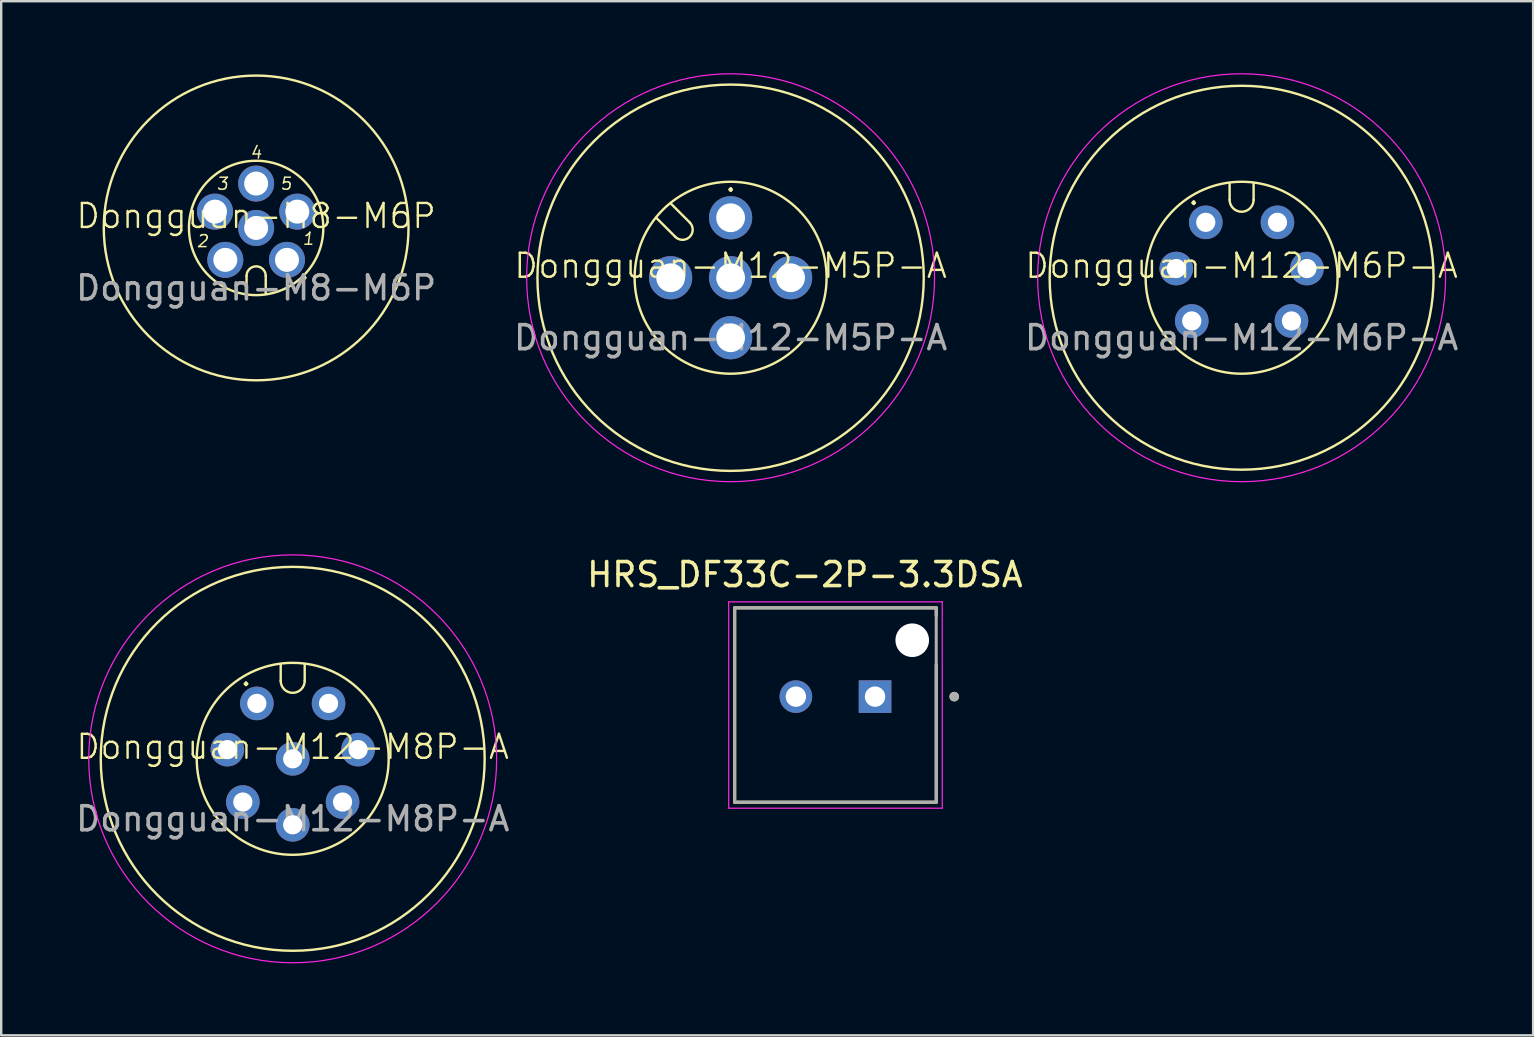
<source format=kicad_pcb>
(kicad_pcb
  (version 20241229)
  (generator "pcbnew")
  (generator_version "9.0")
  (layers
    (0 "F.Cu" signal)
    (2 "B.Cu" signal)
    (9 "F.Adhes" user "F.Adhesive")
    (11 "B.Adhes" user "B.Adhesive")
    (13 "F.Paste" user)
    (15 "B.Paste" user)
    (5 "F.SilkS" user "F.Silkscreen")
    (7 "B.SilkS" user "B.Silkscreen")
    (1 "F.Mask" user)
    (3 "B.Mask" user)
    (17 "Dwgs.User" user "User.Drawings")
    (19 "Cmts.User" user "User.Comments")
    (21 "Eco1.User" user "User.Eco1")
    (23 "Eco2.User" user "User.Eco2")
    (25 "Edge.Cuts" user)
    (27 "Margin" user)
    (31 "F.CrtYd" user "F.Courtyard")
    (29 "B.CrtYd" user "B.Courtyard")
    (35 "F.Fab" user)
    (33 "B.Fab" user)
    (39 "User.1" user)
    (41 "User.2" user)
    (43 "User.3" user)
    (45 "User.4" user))
  (footprint "Dongguan-M12-M5P-A"
    (layer "F.Cu")
    (at 27.399 8.525)
    (property "Reference" "Dongguan-M12-M5P-A" (at 0 -0.5 0) (unlocked yes) (layer "F.SilkS") (effects (font (size 1 1) (thickness 0.1))))
    (attr through_hole)
    (fp_line (start -3.095 -2.495) (end -2.3 -1.7) (stroke (width 0.1) (type default)) (layer "F.SilkS"))
    (fp_line (start -2.495 -3.095) (end -1.7 -2.3) (stroke (width 0.1) (type default)) (layer "F.SilkS"))
    (fp_arc (start -1.7 -2.3) (mid -1.7 -1.7) (end -2.3 -1.7) (stroke (width 0.1) (type default)) (layer "F.SilkS"))
    (fp_circle (center 0 0) (end 0 -8.05) (stroke (width 0.1) (type default)) (fill no) (layer "F.SilkS"))
    (fp_circle (center 0 0) (end 0 -4) (stroke (width 0.1) (type default)) (fill no) (layer "F.SilkS"))
    (fp_circle (center 0 0) (end -8.5 0) (stroke (width 0.05) (type default)) (fill no) (layer "F.CrtYd"))
    (fp_text user "." (at -0.3 -3.5 0) (unlocked yes) (layer "F.SilkS") (effects (font (size 1 1) (thickness 0.1)) (justify left bottom)))
    (fp_text user "${REFERENCE}" (at 0 2.5 0) (unlocked yes) (layer "F.Fab") (effects (font (size 1 1) (thickness 0.15))))
    (pad "1" thru_hole circle (at 0 -2.5 90) (size 1.8 1.8) (drill 1.2) (layers "*.Cu" "*.Mask"))
    (pad "2" thru_hole circle (at 2.5 0 90) (size 1.8 1.8) (drill 1.2) (layers "*.Cu" "*.Mask"))
    (pad "3" thru_hole circle (at 0 2.5 90) (size 1.8 1.8) (drill 1.2) (layers "*.Cu" "*.Mask"))
    (pad "4" thru_hole circle (at -2.5 0 90) (size 1.8 1.8) (drill 1.2) (layers "*.Cu" "*.Mask"))
    (pad "5" thru_hole circle (at 0 0 90) (size 1.8 1.8) (drill 1.2) (layers "*.Cu" "*.Mask")))
  (footprint "HRS_DF33C-2P-3.3DSA"
    (layer "F.Cu")
    (at 31.769 25.983)
    (property "Reference" "HRS_DF33C-2P-3.3DSA" (at -1.275 -5.085 0) (layer "F.SilkS") (effects (font (size 1 1) (thickness 0.15))))
    (attr through_hole)
    (fp_line (start -4.2 -3.7) (end 4.2 -3.7) (stroke (width 0.127) (type solid)) (layer "F.SilkS"))
    (fp_line (start -4.2 4.4) (end -4.2 -3.7) (stroke (width 0.127) (type solid)) (layer "F.SilkS"))
    (fp_line (start 4.2 -3.7) (end 4.2 -3.37) (stroke (width 0.127) (type solid)) (layer "F.SilkS"))
    (fp_line (start 4.2 4.4) (end -4.2 4.4) (stroke (width 0.127) (type solid)) (layer "F.SilkS"))
    (fp_line (start 4.2 4.4) (end 4.2 -1.33) (stroke (width 0.127) (type solid)) (layer "F.SilkS"))
    (fp_circle (center 4.95 0) (end 5.05 0) (stroke (width 0.2) (type solid)) (fill no) (layer "F.SilkS"))
    (fp_line (start -4.45 -3.95) (end -4.45 4.65) (stroke (width 0.05) (type solid)) (layer "F.CrtYd"))
    (fp_line (start -4.45 4.65) (end 4.45 4.65) (stroke (width 0.05) (type solid)) (layer "F.CrtYd"))
    (fp_line (start 4.45 -3.95) (end -4.45 -3.95) (stroke (width 0.05) (type solid)) (layer "F.CrtYd"))
    (fp_line (start 4.45 4.65) (end 4.45 -3.95) (stroke (width 0.05) (type solid)) (layer "F.CrtYd"))
    (fp_line (start -4.2 -3.7) (end 4.2 -3.7) (stroke (width 0.127) (type solid)) (layer "F.Fab"))
    (fp_line (start -4.2 4.4) (end -4.2 -3.7) (stroke (width 0.127) (type solid)) (layer "F.Fab"))
    (fp_line (start 4.2 -3.7) (end 4.2 4.4) (stroke (width 0.127) (type solid)) (layer "F.Fab"))
    (fp_line (start 4.2 4.4) (end -4.2 4.4) (stroke (width 0.127) (type solid)) (layer "F.Fab"))
    (fp_circle (center 4.95 0) (end 5.05 0) (stroke (width 0.2) (type solid)) (fill no) (layer "F.Fab"))
    (pad "" np_thru_hole circle (at 3.2 -2.35) (size 1.4 1.4) (drill 1.4) (layers "*.Cu" "*.Mask"))
    (pad "1" thru_hole rect (at 1.65 0) (size 1.358 1.358) (drill 0.85) (layers "*.Cu" "*.Mask"))
    (pad "2" thru_hole circle (at -1.65 0) (size 1.358 1.358) (drill 0.85) (layers "*.Cu" "*.Mask")))
  (footprint "Dongguan-M12-M6P-A"
    (layer "F.Cu")
    (at 48.696 8.525)
    (property "Reference" "Dongguan-M12-M6P-A" (at 0 -0.5 0) (unlocked yes) (layer "F.SilkS") (effects (font (size 1 1) (thickness 0.1))))
    (attr through_hole)
    (fp_line (start -0.5 -3.95) (end -0.5 -3.25) (stroke (width 0.1) (type default)) (layer "F.SilkS"))
    (fp_line (start 0.5 -3.95) (end 0.5 -3.25) (stroke (width 0.1) (type default)) (layer "F.SilkS"))
    (fp_arc (start 0.5 -3.25) (mid 0 -2.75) (end -0.5 -3.25) (stroke (width 0.1) (type default)) (layer "F.SilkS"))
    (fp_circle (center 0 0) (end 0 -8) (stroke (width 0.1) (type default)) (fill no) (layer "F.SilkS"))
    (fp_circle (center 0 0) (end 0 -4) (stroke (width 0.1) (type default)) (fill no) (layer "F.SilkS"))
    (fp_circle (center 0 0) (end -8.5 0) (stroke (width 0.05) (type default)) (fill no) (layer "F.CrtYd"))
    (fp_text user "." (at -2.3 -2.95 0) (unlocked yes) (layer "F.SilkS") (effects (font (size 1 1) (thickness 0.1)) (justify left bottom)))
    (fp_text user "${REFERENCE}" (at 0 2.5 0) (unlocked yes) (layer "F.Fab") (effects (font (size 1 1) (thickness 0.15))))
    (pad "1" thru_hole circle (at -1.494 -2.309 90) (size 1.4 1.4) (drill 0.8) (layers "*.Cu" "*.Mask"))
    (pad "2" thru_hole circle (at 1.494 -2.309 90) (size 1.4 1.4) (drill 0.8) (layers "*.Cu" "*.Mask"))
    (pad "3" thru_hole circle (at 2.723 -0.383 90) (size 1.4 1.4) (drill 0.8) (layers "*.Cu" "*.Mask"))
    (pad "4" thru_hole circle (at 2.078 1.801 90) (size 1.4 1.4) (drill 0.8) (layers "*.Cu" "*.Mask"))
    (pad "5" thru_hole circle (at -2.078 1.801 90) (size 1.4 1.4) (drill 0.8) (layers "*.Cu" "*.Mask"))
    (pad "6" thru_hole circle (at -2.723 -0.383 90) (size 1.4 1.4) (drill 0.8) (layers "*.Cu" "*.Mask")))
  (footprint "Dongguan-M8-M6P"
    (layer "F.Cu")
    (at 7.625 6.45)
    (property "Reference" "Dongguan-M8-M6P" (at 0 -0.5 0) (unlocked yes) (layer "F.SilkS") (effects (font (size 1 1) (thickness 0.1))))
    (attr through_hole)
    (fp_line (start -0.4 2.75) (end -0.4 2) (stroke (width 0.1) (type default)) (layer "F.SilkS"))
    (fp_line (start 0.4 2.75) (end 0.4 2) (stroke (width 0.1) (type default)) (layer "F.SilkS"))
    (fp_arc (start -0.4 2) (mid 0 1.6) (end 0.4 2) (stroke (width 0.1) (type default)) (layer "F.SilkS"))
    (fp_circle (center 0 0) (end 0 -6.35) (stroke (width 0.1) (type default)) (fill no) (layer "F.SilkS"))
    (fp_circle (center 0 0) (end 0 2.8) (stroke (width 0.1) (type default)) (fill no) (layer "F.SilkS"))
    (fp_circle (center 0 0) (end 0 -6.4) (stroke (width 0.1) (type default)) (fill no) (layer "Margin"))
    (fp_text user "1" (at 1.9 0.45 0) (unlocked yes) (layer "F.SilkS") (effects (font (size 0.5 0.5) (thickness 0.062) (italic yes)) (justify left)))
    (fp_text user "5" (at 1.25 -1.55 0) (unlocked yes) (layer "F.SilkS") (effects (font (size 0.5 0.5) (thickness 0.062) (italic yes)) (justify bottom)))
    (fp_text user "3" (at -1.4 -1.55 0) (unlocked yes) (layer "F.SilkS") (effects (font (size 0.5 0.5) (thickness 0.062) (italic yes)) (justify bottom)))
    (fp_text user "." (at 1.7 2.25 0) (unlocked yes) (layer "F.SilkS") (effects (font (size 1 1) (thickness 0.1)) (justify left bottom)))
    (fp_text user "4" (at 0 -2.85 0) (unlocked yes) (layer "F.SilkS") (effects (font (size 0.5 0.5) (thickness 0.062) (italic yes)) (justify bottom)))
    (fp_text user "2" (at -1.95 0.55 0) (unlocked yes) (layer "F.SilkS") (effects (font (size 0.5 0.5) (thickness 0.062) (italic yes)) (justify right)))
    (fp_text user "${REFERENCE}" (at 0 2.5 0) (unlocked yes) (layer "F.Fab") (effects (font (size 1 1) (thickness 0.15))))
    (pad "1" thru_hole circle (at 1.285 1.33 180) (size 1.5 1.5) (drill 1) (layers "*.Cu" "*.Mask"))
    (pad "2" thru_hole circle (at -1.285 1.33 180) (size 1.5 1.5) (drill 1) (layers "*.Cu" "*.Mask"))
    (pad "3" thru_hole circle (at -1.715 -0.68 180) (size 1.5 1.5) (drill 1) (layers "*.Cu" "*.Mask"))
    (pad "4" thru_hole circle (at 0 -1.85 180) (size 1.5 1.5) (drill 1) (layers "*.Cu" "*.Mask"))
    (pad "5" thru_hole circle (at 1.715 -0.68 180) (size 1.5 1.5) (drill 1) (layers "*.Cu" "*.Mask"))
    (pad "6" thru_hole circle (at 0 0 180) (size 1.5 1.5) (drill 1) (layers "*.Cu" "*.Mask")))
  (footprint "Dongguan-M12-M8P-A"
    (layer "F.Cu")
    (at 9.149 28.575)
    (property "Reference" "Dongguan-M12-M8P-A" (at 0 -0.5 0) (unlocked yes) (layer "F.SilkS") (effects (font (size 1 1) (thickness 0.1))))
    (attr through_hole)
    (fp_line (start -0.5 -3.95) (end -0.5 -3.25) (stroke (width 0.1) (type default)) (layer "F.SilkS"))
    (fp_line (start 0.5 -3.95) (end 0.5 -3.25) (stroke (width 0.1) (type default)) (layer "F.SilkS"))
    (fp_arc (start 0.5 -3.25) (mid 0 -2.75) (end -0.5 -3.25) (stroke (width 0.1) (type default)) (layer "F.SilkS"))
    (fp_circle (center 0 0) (end 0 -8) (stroke (width 0.1) (type default)) (fill no) (layer "F.SilkS"))
    (fp_circle (center 0 0) (end 0 -4) (stroke (width 0.1) (type default)) (fill no) (layer "F.SilkS"))
    (fp_circle (center 0 0) (end -8.5 0) (stroke (width 0.05) (type default)) (fill no) (layer "F.CrtYd"))
    (fp_text user "." (at -2.25 -2.95 0) (unlocked yes) (layer "F.SilkS") (effects (font (size 1 1) (thickness 0.1)) (justify left bottom)))
    (fp_text user "${REFERENCE}" (at 0 2.5 0) (unlocked yes) (layer "F.Fab") (effects (font (size 1 1) (thickness 0.15))))
    (pad "1" thru_hole circle (at -1.494 -2.309 90) (size 1.4 1.4) (drill 0.8) (layers "*.Cu" "*.Mask"))
    (pad "2" thru_hole circle (at 1.494 -2.309 90) (size 1.4 1.4) (drill 0.8) (layers "*.Cu" "*.Mask"))
    (pad "3" thru_hole circle (at 2.723 -0.383 90) (size 1.4 1.4) (drill 0.8) (layers "*.Cu" "*.Mask"))
    (pad "4" thru_hole circle (at 2.078 1.801 90) (size 1.4 1.4) (drill 0.8) (layers "*.Cu" "*.Mask"))
    (pad "5" thru_hole circle (at 0 2.75 90) (size 1.4 1.4) (drill 0.8) (layers "*.Cu" "*.Mask"))
    (pad "6" thru_hole circle (at -2.078 1.801 90) (size 1.4 1.4) (drill 0.8) (layers "*.Cu" "*.Mask"))
    (pad "7" thru_hole circle (at -2.723 -0.383 90) (size 1.4 1.4) (drill 0.8) (layers "*.Cu" "*.Mask"))
    (pad "8" thru_hole circle (at 0 0 90) (size 1.4 1.4) (drill 0.8) (layers "*.Cu" "*.Mask")))
  (gr_rect
    (start -3 -3)
    (end 60.845 40.1)
    (stroke (width 0.1) (type default))
    (fill no)
    (layer "Edge.Cuts")))
</source>
